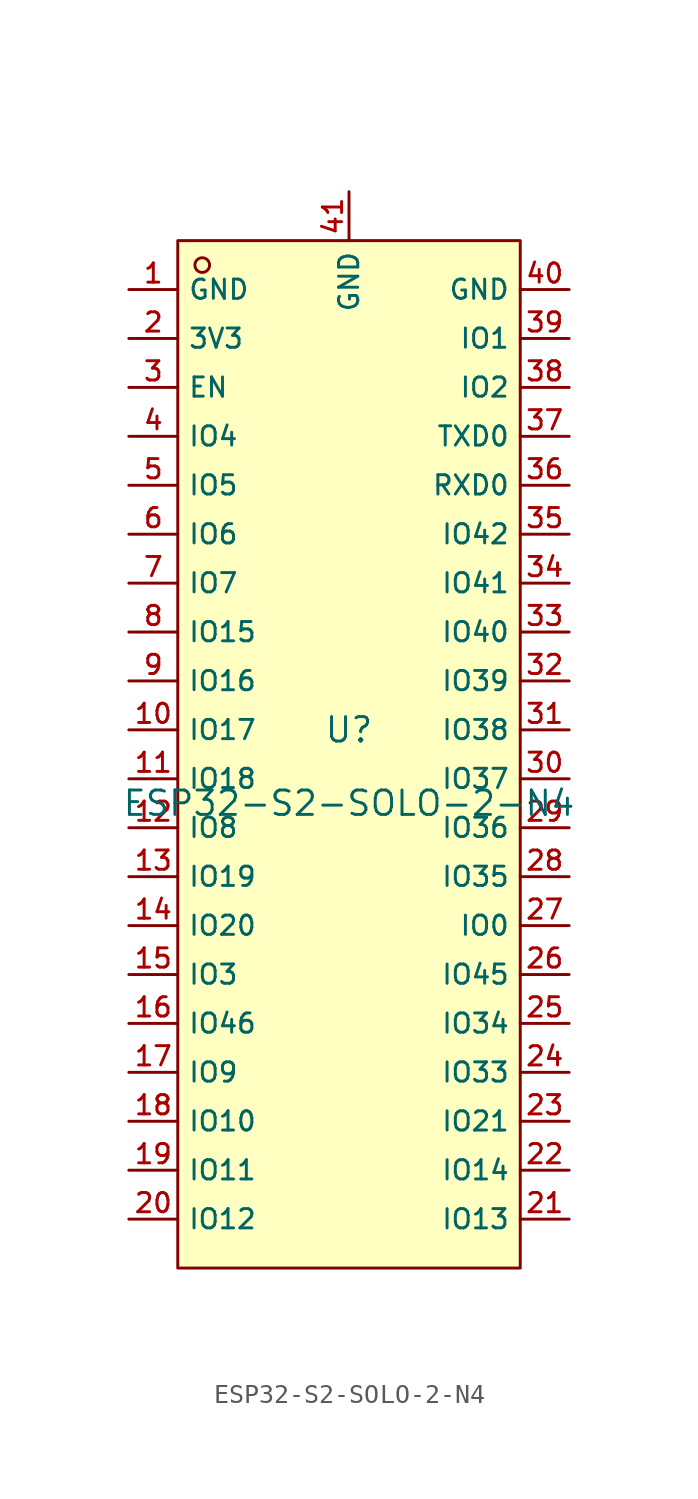
<source format=kicad_sym>
(kicad_symbol_lib
  (version 20210201)
  (generator TousstNicolas/JLC2KiCad_lib)
  (symbol "ESP32-S2-SOLO-2-N4"
    (property "Reference" "U"
      (at 0 1.27 0)
      (effects (font (size 1.27 1.27))))
    (property "Value" "ESP32-S2-SOLO-2-N4"
      (at 0 -2.54 0)
      (effects (font (size 1.27 1.27))))
    (symbol "ESP32-S2-SOLO-2-N4_0_1"
      (rectangle (start -8.89 26.67) (end 8.89 -26.67) (stroke (width 0) (type default) (color 0 0 0 0)) (fill (type background)))
      (circle (center -7.62 25.4) (radius 0.381) (stroke (width 0) (type default) (color 0 0 0 0)) (fill (type background)))
      (pin unspecified line (at -11.43 24.13 0) (length 2.54) (name "GND" (effects (font (size 1 1)))) (number "1" (effects (font (size 1 1)))))
      (pin unspecified line (at -11.43 21.59 0) (length 2.54) (name "3V3" (effects (font (size 1 1)))) (number "2" (effects (font (size 1 1)))))
      (pin unspecified line (at -11.43 19.05 0) (length 2.54) (name "EN" (effects (font (size 1 1)))) (number "3" (effects (font (size 1 1)))))
      (pin unspecified line (at -11.43 16.51 0) (length 2.54) (name "IO4" (effects (font (size 1 1)))) (number "4" (effects (font (size 1 1)))))
      (pin unspecified line (at -11.43 13.97 0) (length 2.54) (name "IO5" (effects (font (size 1 1)))) (number "5" (effects (font (size 1 1)))))
      (pin unspecified line (at -11.43 11.43 0) (length 2.54) (name "IO6" (effects (font (size 1 1)))) (number "6" (effects (font (size 1 1)))))
      (pin unspecified line (at -11.43 8.89 0) (length 2.54) (name "IO7" (effects (font (size 1 1)))) (number "7" (effects (font (size 1 1)))))
      (pin unspecified line (at -11.43 6.35 0) (length 2.54) (name "IO15" (effects (font (size 1 1)))) (number "8" (effects (font (size 1 1)))))
      (pin unspecified line (at -11.43 3.81 0) (length 2.54) (name "IO16" (effects (font (size 1 1)))) (number "9" (effects (font (size 1 1)))))
      (pin unspecified line (at -11.43 1.27 0) (length 2.54) (name "IO17" (effects (font (size 1 1)))) (number "10" (effects (font (size 1 1)))))
      (pin unspecified line (at -11.43 -1.27 0) (length 2.54) (name "IO18" (effects (font (size 1 1)))) (number "11" (effects (font (size 1 1)))))
      (pin unspecified line (at -11.43 -3.81 0) (length 2.54) (name "IO8" (effects (font (size 1 1)))) (number "12" (effects (font (size 1 1)))))
      (pin unspecified line (at -11.43 -6.35 0) (length 2.54) (name "IO19" (effects (font (size 1 1)))) (number "13" (effects (font (size 1 1)))))
      (pin unspecified line (at -11.43 -8.89 0) (length 2.54) (name "IO20" (effects (font (size 1 1)))) (number "14" (effects (font (size 1 1)))))
      (pin unspecified line (at -11.43 -11.43 0) (length 2.54) (name "IO3" (effects (font (size 1 1)))) (number "15" (effects (font (size 1 1)))))
      (pin unspecified line (at -11.43 -13.97 0) (length 2.54) (name "IO46" (effects (font (size 1 1)))) (number "16" (effects (font (size 1 1)))))
      (pin unspecified line (at -11.43 -16.51 0) (length 2.54) (name "IO9" (effects (font (size 1 1)))) (number "17" (effects (font (size 1 1)))))
      (pin unspecified line (at -11.43 -19.05 0) (length 2.54) (name "IO10" (effects (font (size 1 1)))) (number "18" (effects (font (size 1 1)))))
      (pin unspecified line (at -11.43 -21.59 0) (length 2.54) (name "IO11" (effects (font (size 1 1)))) (number "19" (effects (font (size 1 1)))))
      (pin unspecified line (at -11.43 -24.13 0) (length 2.54) (name "IO12" (effects (font (size 1 1)))) (number "20" (effects (font (size 1 1)))))
      (pin unspecified line (at 11.43 -24.13 180) (length 2.54) (name "IO13" (effects (font (size 1 1)))) (number "21" (effects (font (size 1 1)))))
      (pin unspecified line (at 11.43 -21.59 180) (length 2.54) (name "IO14" (effects (font (size 1 1)))) (number "22" (effects (font (size 1 1)))))
      (pin unspecified line (at 11.43 -19.05 180) (length 2.54) (name "IO21" (effects (font (size 1 1)))) (number "23" (effects (font (size 1 1)))))
      (pin unspecified line (at 11.43 -16.51 180) (length 2.54) (name "IO33" (effects (font (size 1 1)))) (number "24" (effects (font (size 1 1)))))
      (pin unspecified line (at 11.43 -13.97 180) (length 2.54) (name "IO34" (effects (font (size 1 1)))) (number "25" (effects (font (size 1 1)))))
      (pin unspecified line (at 11.43 -11.43 180) (length 2.54) (name "IO45" (effects (font (size 1 1)))) (number "26" (effects (font (size 1 1)))))
      (pin unspecified line (at 11.43 -8.89 180) (length 2.54) (name "IO0" (effects (font (size 1 1)))) (number "27" (effects (font (size 1 1)))))
      (pin unspecified line (at 11.43 -6.35 180) (length 2.54) (name "IO35" (effects (font (size 1 1)))) (number "28" (effects (font (size 1 1)))))
      (pin unspecified line (at 11.43 -3.81 180) (length 2.54) (name "IO36" (effects (font (size 1 1)))) (number "29" (effects (font (size 1 1)))))
      (pin unspecified line (at 11.43 -1.27 180) (length 2.54) (name "IO37" (effects (font (size 1 1)))) (number "30" (effects (font (size 1 1)))))
      (pin unspecified line (at 11.43 1.27 180) (length 2.54) (name "IO38" (effects (font (size 1 1)))) (number "31" (effects (font (size 1 1)))))
      (pin unspecified line (at 11.43 3.81 180) (length 2.54) (name "IO39" (effects (font (size 1 1)))) (number "32" (effects (font (size 1 1)))))
      (pin unspecified line (at 11.43 6.35 180) (length 2.54) (name "IO40" (effects (font (size 1 1)))) (number "33" (effects (font (size 1 1)))))
      (pin unspecified line (at 11.43 8.89 180) (length 2.54) (name "IO41" (effects (font (size 1 1)))) (number "34" (effects (font (size 1 1)))))
      (pin unspecified line (at 11.43 11.43 180) (length 2.54) (name "IO42" (effects (font (size 1 1)))) (number "35" (effects (font (size 1 1)))))
      (pin unspecified line (at 11.43 13.97 180) (length 2.54) (name "RXD0" (effects (font (size 1 1)))) (number "36" (effects (font (size 1 1)))))
      (pin unspecified line (at 11.43 16.51 180) (length 2.54) (name "TXD0" (effects (font (size 1 1)))) (number "37" (effects (font (size 1 1)))))
      (pin unspecified line (at 11.43 19.05 180) (length 2.54) (name "IO2" (effects (font (size 1 1)))) (number "38" (effects (font (size 1 1)))))
      (pin unspecified line (at 11.43 21.59 180) (length 2.54) (name "IO1" (effects (font (size 1 1)))) (number "39" (effects (font (size 1 1)))))
      (pin unspecified line (at 11.43 24.13 180) (length 2.54) (name "GND" (effects (font (size 1 1)))) (number "40" (effects (font (size 1 1)))))
      (pin unspecified line (at 0.0 29.21 270) (length 2.54) (name "GND" (effects (font (size 1 1)))) (number "41" (effects (font (size 1 1))))))))
</source>
